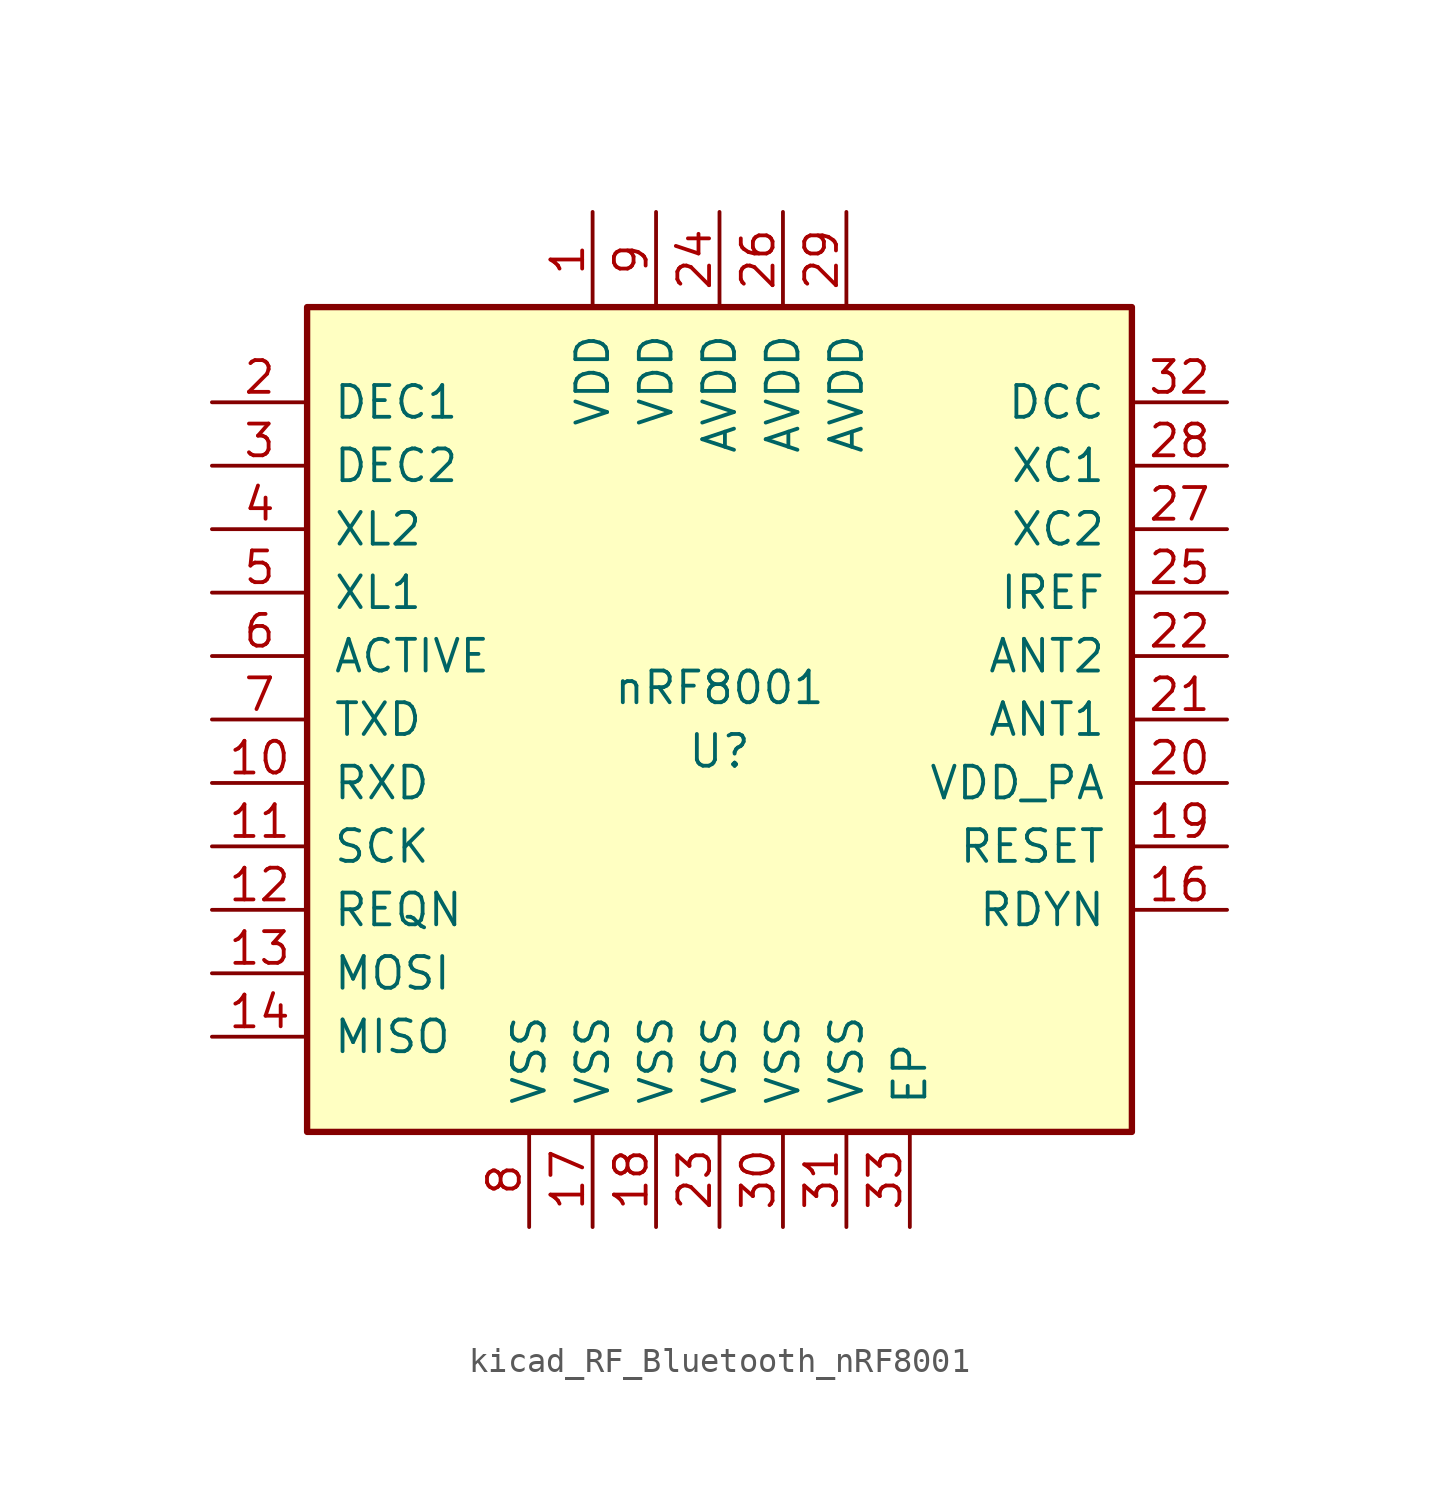
<source format=kicad_sym>
(kicad_symbol_lib
  (version 20220914)
  (generator kicad_symbol_editor)
  (symbol "kicad_RF_Bluetooth_nRF8001"
    (pin_names
      (offset 1.016))
    (property "Reference" "U"
      (at 0 -1.27 0)
      (effects (font (size 1.27 1.27))))
    (property "Value" "nRF8001"
      (at 0 1.27 0)
      (effects (font (size 1.27 1.27))))
    (symbol "kicad_RF_Bluetooth_nRF8001_0_1"
      (rectangle (start -16.51 16.51) (end 16.51 -16.51) (stroke (width 0.254) (type default)) (fill (type background))))
    (symbol "kicad_RF_Bluetooth_nRF8001_1_1"
      (pin power_in line (at -5.08 20.32 270) (length 3.81) (name "VDD" (effects (font (size 1.27 1.27)))) (number "1" (effects (font (size 1.27 1.27)))))
      (pin input line (at -20.32 -2.54 0) (length 3.81) (name "RXD" (effects (font (size 1.27 1.27)))) (number "10" (effects (font (size 1.27 1.27)))))
      (pin input line (at -20.32 -5.08 0) (length 3.81) (name "SCK" (effects (font (size 1.27 1.27)))) (number "11" (effects (font (size 1.27 1.27)))))
      (pin bidirectional line (at -20.32 -7.62 0) (length 3.81) (name "REQN" (effects (font (size 1.27 1.27)))) (number "12" (effects (font (size 1.27 1.27)))))
      (pin input line (at -20.32 -10.16 0) (length 3.81) (name "MOSI" (effects (font (size 1.27 1.27)))) (number "13" (effects (font (size 1.27 1.27)))))
      (pin output line (at -20.32 -12.7 0) (length 3.81) (name "MISO" (effects (font (size 1.27 1.27)))) (number "14" (effects (font (size 1.27 1.27)))))
      (pin no_connect line (at 15.24 -10.16 180) (length 3.81) hide (name "N/C" (effects (font (size 1.27 1.27)))) (number "15" (effects (font (size 1.27 1.27)))))
      (pin bidirectional line (at 20.32 -7.62 180) (length 3.81) (name "RDYN" (effects (font (size 1.27 1.27)))) (number "16" (effects (font (size 1.27 1.27)))))
      (pin power_in line (at -5.08 -20.32 90) (length 3.81) (name "VSS" (effects (font (size 1.27 1.27)))) (number "17" (effects (font (size 1.27 1.27)))))
      (pin power_in line (at -2.54 -20.32 90) (length 3.81) (name "VSS" (effects (font (size 1.27 1.27)))) (number "18" (effects (font (size 1.27 1.27)))))
      (pin input line (at 20.32 -5.08 180) (length 3.81) (name "RESET" (effects (font (size 1.27 1.27)))) (number "19" (effects (font (size 1.27 1.27)))))
      (pin bidirectional line (at -20.32 12.7 0) (length 3.81) (name "DEC1" (effects (font (size 1.27 1.27)))) (number "2" (effects (font (size 1.27 1.27)))))
      (pin output line (at 20.32 -2.54 180) (length 3.81) (name "VDD_PA" (effects (font (size 1.27 1.27)))) (number "20" (effects (font (size 1.27 1.27)))))
      (pin bidirectional line (at 20.32 0 180) (length 3.81) (name "ANT1" (effects (font (size 1.27 1.27)))) (number "21" (effects (font (size 1.27 1.27)))))
      (pin bidirectional line (at 20.32 2.54 180) (length 3.81) (name "ANT2" (effects (font (size 1.27 1.27)))) (number "22" (effects (font (size 1.27 1.27)))))
      (pin power_in line (at 0 -20.32 90) (length 3.81) (name "VSS" (effects (font (size 1.27 1.27)))) (number "23" (effects (font (size 1.27 1.27)))))
      (pin power_in line (at 0 20.32 270) (length 3.81) (name "AVDD" (effects (font (size 1.27 1.27)))) (number "24" (effects (font (size 1.27 1.27)))))
      (pin input line (at 20.32 5.08 180) (length 3.81) (name "IREF" (effects (font (size 1.27 1.27)))) (number "25" (effects (font (size 1.27 1.27)))))
      (pin power_in line (at 2.54 20.32 270) (length 3.81) (name "AVDD" (effects (font (size 1.27 1.27)))) (number "26" (effects (font (size 1.27 1.27)))))
      (pin bidirectional line (at 20.32 7.62 180) (length 3.81) (name "XC2" (effects (font (size 1.27 1.27)))) (number "27" (effects (font (size 1.27 1.27)))))
      (pin bidirectional line (at 20.32 10.16 180) (length 3.81) (name "XC1" (effects (font (size 1.27 1.27)))) (number "28" (effects (font (size 1.27 1.27)))))
      (pin power_in line (at 5.08 20.32 270) (length 3.81) (name "AVDD" (effects (font (size 1.27 1.27)))) (number "29" (effects (font (size 1.27 1.27)))))
      (pin bidirectional line (at -20.32 10.16 0) (length 3.81) (name "DEC2" (effects (font (size 1.27 1.27)))) (number "3" (effects (font (size 1.27 1.27)))))
      (pin power_in line (at 2.54 -20.32 90) (length 3.81) (name "VSS" (effects (font (size 1.27 1.27)))) (number "30" (effects (font (size 1.27 1.27)))))
      (pin power_in line (at 5.08 -20.32 90) (length 3.81) (name "VSS" (effects (font (size 1.27 1.27)))) (number "31" (effects (font (size 1.27 1.27)))))
      (pin bidirectional line (at 20.32 12.7 180) (length 3.81) (name "DCC" (effects (font (size 1.27 1.27)))) (number "32" (effects (font (size 1.27 1.27)))))
      (pin power_in line (at 7.62 -20.32 90) (length 3.81) (name "EP" (effects (font (size 1.27 1.27)))) (number "33" (effects (font (size 1.27 1.27)))))
      (pin bidirectional line (at -20.32 7.62 0) (length 3.81) (name "XL2" (effects (font (size 1.27 1.27)))) (number "4" (effects (font (size 1.27 1.27)))))
      (pin bidirectional line (at -20.32 5.08 0) (length 3.81) (name "XL1" (effects (font (size 1.27 1.27)))) (number "5" (effects (font (size 1.27 1.27)))))
      (pin bidirectional line (at -20.32 2.54 0) (length 3.81) (name "ACTIVE" (effects (font (size 1.27 1.27)))) (number "6" (effects (font (size 1.27 1.27)))))
      (pin output line (at -20.32 0 0) (length 3.81) (name "TXD" (effects (font (size 1.27 1.27)))) (number "7" (effects (font (size 1.27 1.27)))))
      (pin power_in line (at -7.62 -20.32 90) (length 3.81) (name "VSS" (effects (font (size 1.27 1.27)))) (number "8" (effects (font (size 1.27 1.27)))))
      (pin power_in line (at -2.54 20.32 270) (length 3.81) (name "VDD" (effects (font (size 1.27 1.27)))) (number "9" (effects (font (size 1.27 1.27))))))))
</source>
